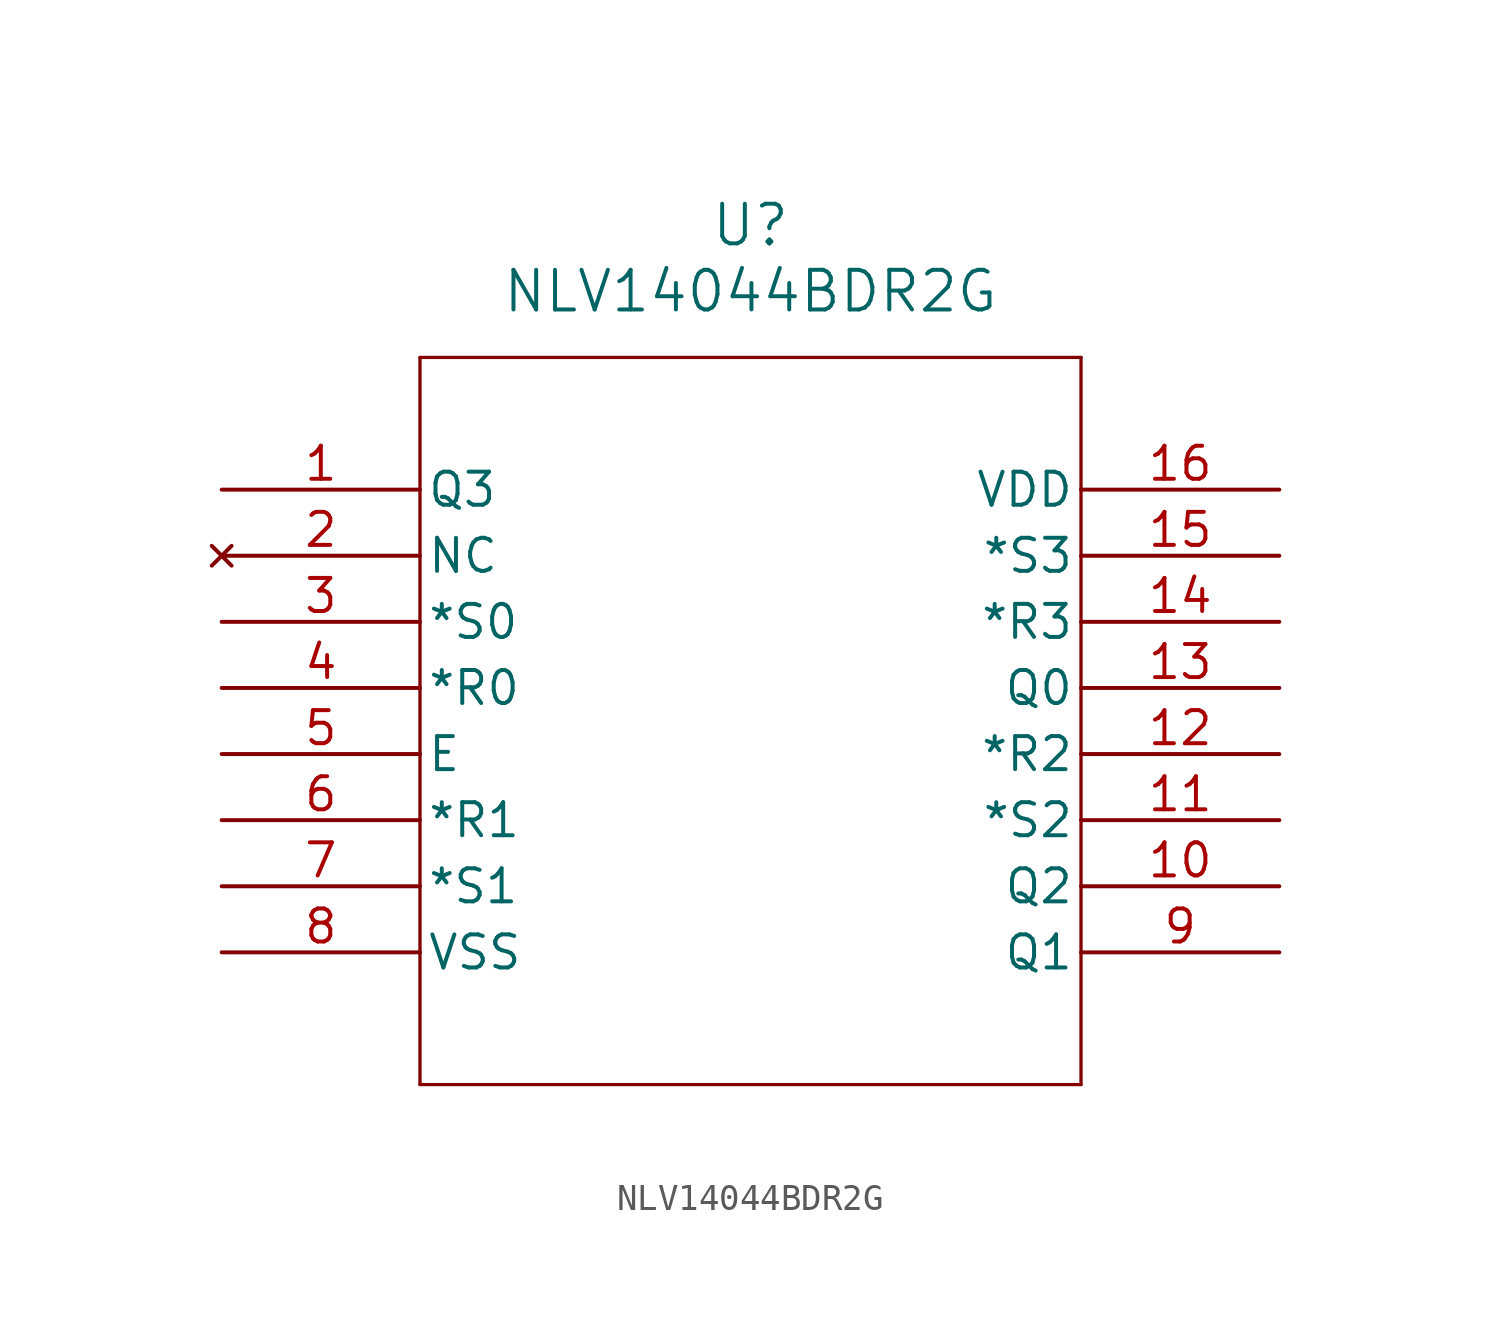
<source format=kicad_sym>
(kicad_symbol_lib
  (version 20211014)
  (generator kicad_symbol_editor)
  (symbol "NLV14044BDR2G"
    (pin_names
      (offset 0.254))
    (property "Reference" "U"
      (at 20.32 10.16 0)
      (effects (font (size 1.524 1.524))))
    (property "Value" "NLV14044BDR2G"
      (at 20.32 7.62 0)
      (effects (font (size 1.524 1.524))))
    (symbol "NLV14044BDR2G_0_1"
      (polyline (pts (xy 7.62 5.08) (xy 7.62 -22.86)) (stroke (width 0.127) (type default) (color 0 0 0 0)) (fill (type none)))
      (polyline (pts (xy 7.62 -22.86) (xy 33.02 -22.86)) (stroke (width 0.127) (type default) (color 0 0 0 0)) (fill (type none)))
      (polyline (pts (xy 33.02 -22.86) (xy 33.02 5.08)) (stroke (width 0.127) (type default) (color 0 0 0 0)) (fill (type none)))
      (polyline (pts (xy 33.02 5.08) (xy 7.62 5.08)) (stroke (width 0.127) (type default) (color 0 0 0 0)) (fill (type none)))
      (pin output line (at 0 0 0) (length 7.62) (name "Q3" (effects (font (size 1.27 1.27)))) (number "1" (effects (font (size 1.27 1.27)))))
      (pin no_connect line (at 0 -2.54 0) (length 7.62) (name "NC" (effects (font (size 1.27 1.27)))) (number "2" (effects (font (size 1.27 1.27)))))
      (pin input line (at 0 -5.08 0) (length 7.62) (name "*S0" (effects (font (size 1.27 1.27)))) (number "3" (effects (font (size 1.27 1.27)))))
      (pin input line (at 0 -7.62 0) (length 7.62) (name "*R0" (effects (font (size 1.27 1.27)))) (number "4" (effects (font (size 1.27 1.27)))))
      (pin input line (at 0 -10.16 0) (length 7.62) (name "E" (effects (font (size 1.27 1.27)))) (number "5" (effects (font (size 1.27 1.27)))))
      (pin input line (at 0 -12.7 0) (length 7.62) (name "*R1" (effects (font (size 1.27 1.27)))) (number "6" (effects (font (size 1.27 1.27)))))
      (pin input line (at 0 -15.24 0) (length 7.62) (name "*S1" (effects (font (size 1.27 1.27)))) (number "7" (effects (font (size 1.27 1.27)))))
      (pin power_in line (at 0 -17.78 0) (length 7.62) (name "VSS" (effects (font (size 1.27 1.27)))) (number "8" (effects (font (size 1.27 1.27)))))
      (pin output line (at 40.64 -17.78 180) (length 7.62) (name "Q1" (effects (font (size 1.27 1.27)))) (number "9" (effects (font (size 1.27 1.27)))))
      (pin output line (at 40.64 -15.24 180) (length 7.62) (name "Q2" (effects (font (size 1.27 1.27)))) (number "10" (effects (font (size 1.27 1.27)))))
      (pin input line (at 40.64 -12.7 180) (length 7.62) (name "*S2" (effects (font (size 1.27 1.27)))) (number "11" (effects (font (size 1.27 1.27)))))
      (pin input line (at 40.64 -10.16 180) (length 7.62) (name "*R2" (effects (font (size 1.27 1.27)))) (number "12" (effects (font (size 1.27 1.27)))))
      (pin output line (at 40.64 -7.62 180) (length 7.62) (name "Q0" (effects (font (size 1.27 1.27)))) (number "13" (effects (font (size 1.27 1.27)))))
      (pin input line (at 40.64 -5.08 180) (length 7.62) (name "*R3" (effects (font (size 1.27 1.27)))) (number "14" (effects (font (size 1.27 1.27)))))
      (pin input line (at 40.64 -2.54 180) (length 7.62) (name "*S3" (effects (font (size 1.27 1.27)))) (number "15" (effects (font (size 1.27 1.27)))))
      (pin power_in line (at 40.64 0 180) (length 7.62) (name "VDD" (effects (font (size 1.27 1.27)))) (number "16" (effects (font (size 1.27 1.27))))))))
</source>
